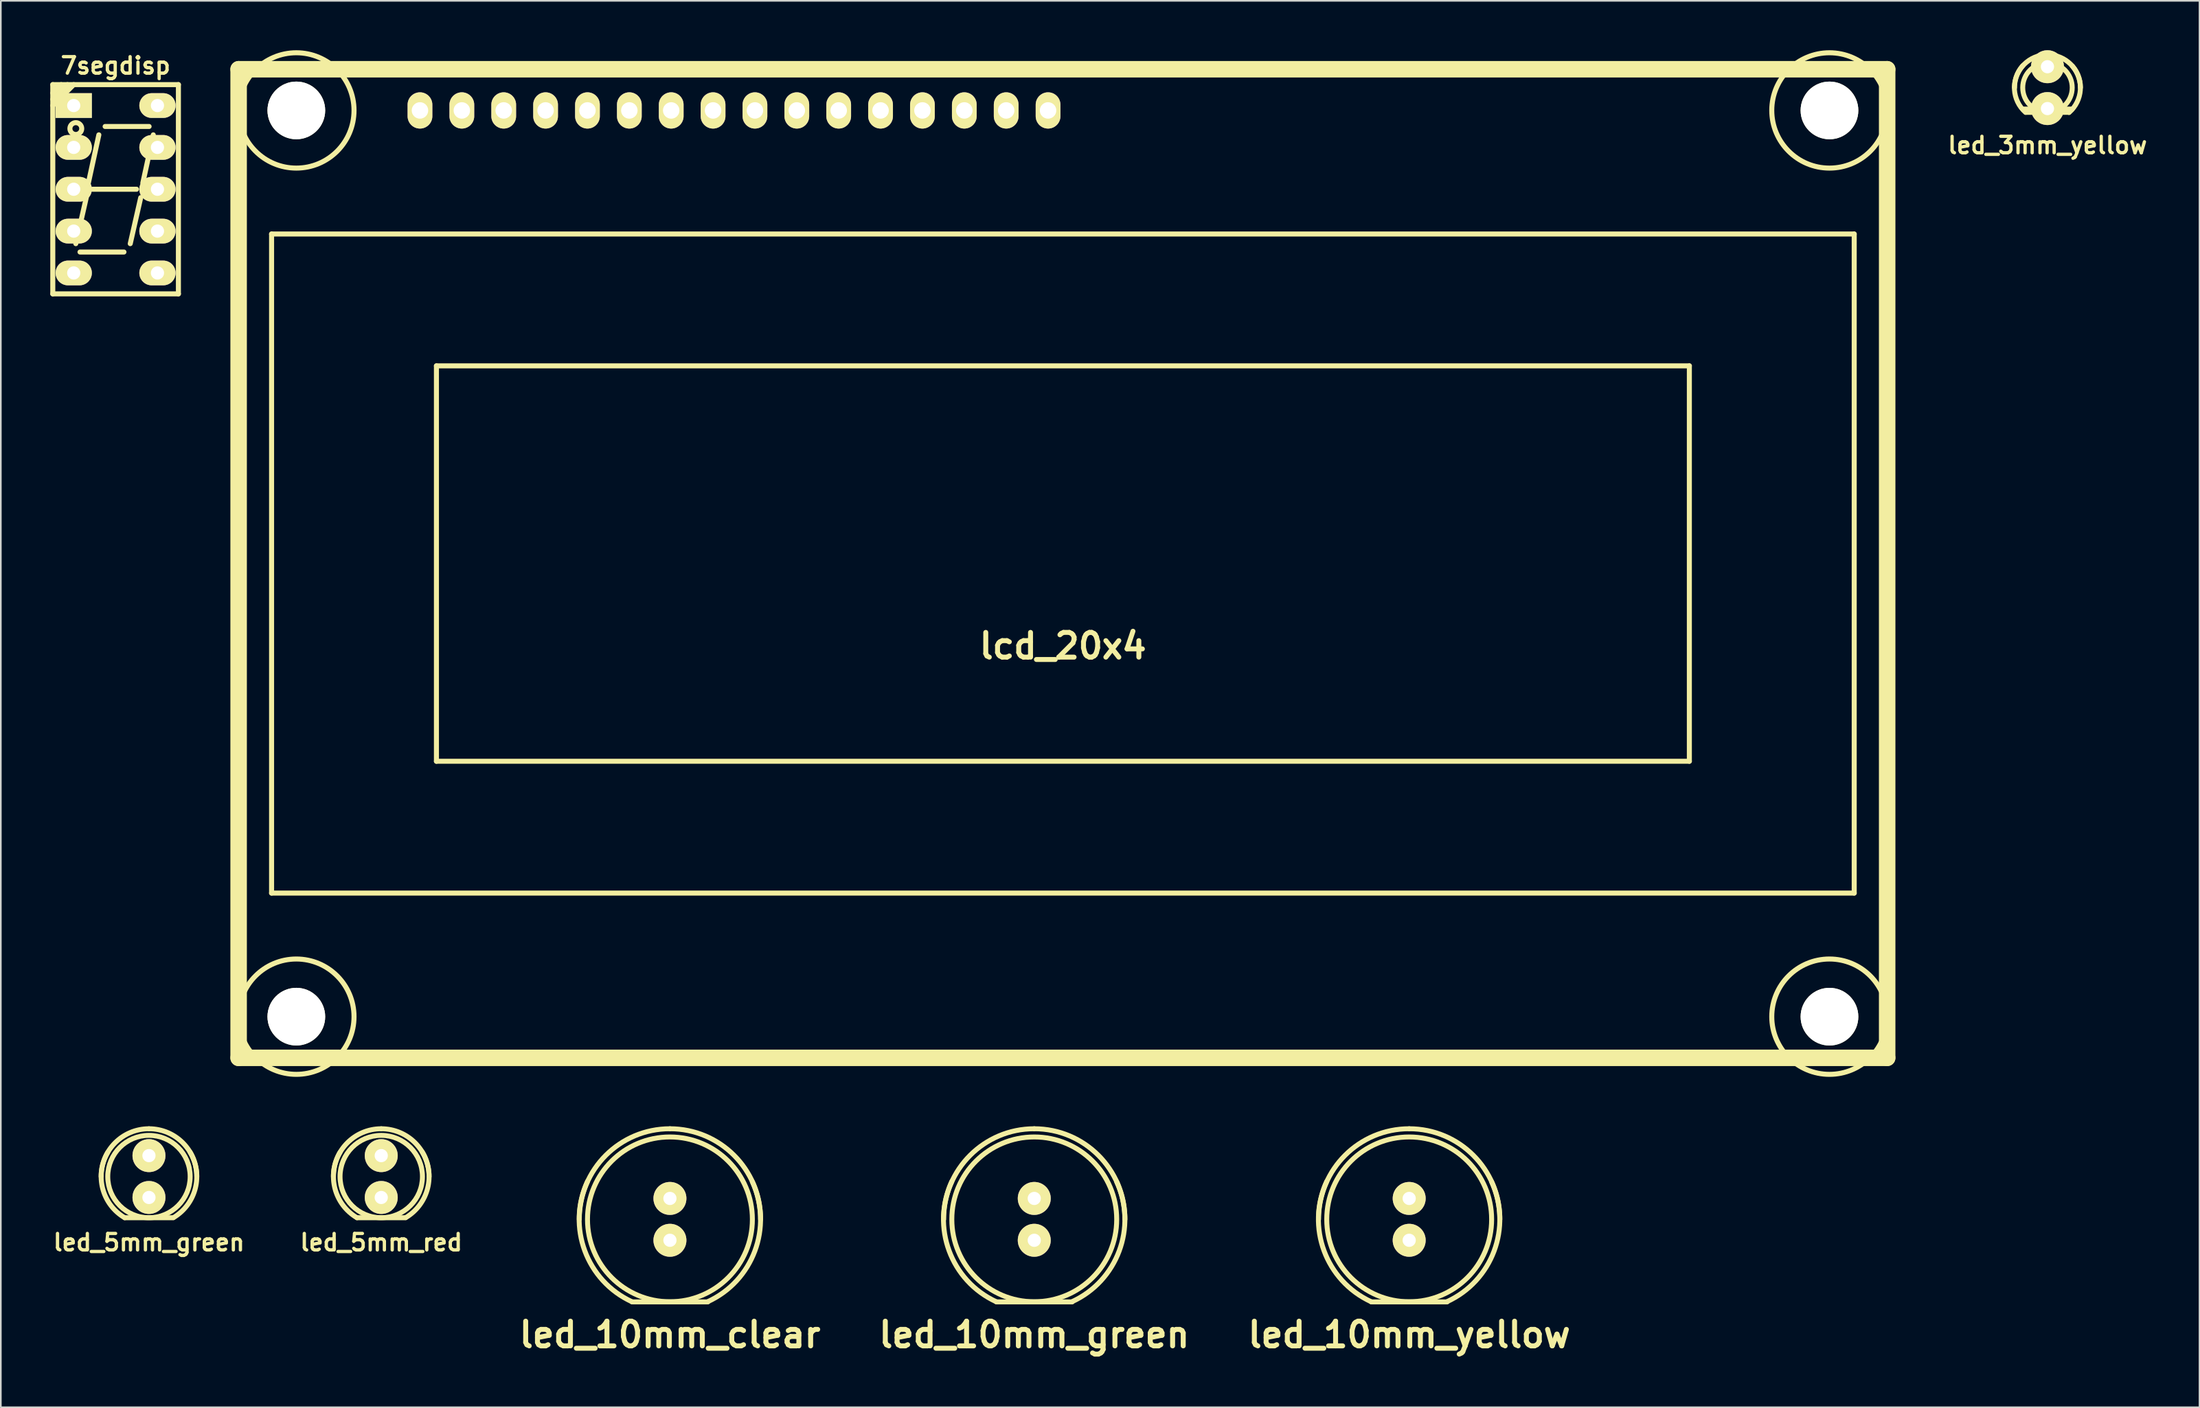
<source format=kicad_pcb>
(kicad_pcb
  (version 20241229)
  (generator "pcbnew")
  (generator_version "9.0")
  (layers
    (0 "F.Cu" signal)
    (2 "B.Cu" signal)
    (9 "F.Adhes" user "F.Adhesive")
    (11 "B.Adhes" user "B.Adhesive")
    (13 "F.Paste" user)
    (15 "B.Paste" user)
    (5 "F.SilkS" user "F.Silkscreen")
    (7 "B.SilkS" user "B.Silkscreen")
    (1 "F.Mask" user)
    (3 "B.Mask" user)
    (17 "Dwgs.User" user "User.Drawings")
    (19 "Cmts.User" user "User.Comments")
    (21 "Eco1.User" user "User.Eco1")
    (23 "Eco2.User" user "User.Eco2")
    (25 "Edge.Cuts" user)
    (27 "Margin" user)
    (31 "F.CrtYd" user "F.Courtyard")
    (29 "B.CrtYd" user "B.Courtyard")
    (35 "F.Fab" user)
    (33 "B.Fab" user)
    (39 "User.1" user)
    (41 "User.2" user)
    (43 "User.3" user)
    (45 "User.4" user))
  (footprint "led_10mm_green"
    (layer "F.Cu")
    (at 59.688 70.955)
    (property "Reference" "led_10mm_green" (at 0 7 0) (layer "F.SilkS") (effects (font (size 1.5 1.5) (thickness 0.3))))
    (attr through_hole)
    (fp_line (start -2.301 5.009) (end 2.301 5.009) (stroke (width 0.3) (type solid)) (layer "F.SilkS"))
    (fp_arc (start -5.4991 0) (mid -3.888451 -3.888451) (end 0 -5.4991) (stroke (width 0.29972) (type solid)) (layer "F.SilkS"))
    (fp_arc (start -2.30124 5.00126) (mid -5.163647 1.909202) (end -5.00126 -2.30124) (stroke (width 0.29972) (type solid)) (layer "F.SilkS"))
    (fp_arc (start 0 -5.4991) (mid 3.888451 -3.888451) (end 5.4991 0) (stroke (width 0.29972) (type solid)) (layer "F.SilkS"))
    (fp_arc (start 5.00126 -2.28092) (mid 5.149279 1.923571) (end 2.28092 5.00126) (stroke (width 0.29972) (type solid)) (layer "F.SilkS"))
    (fp_circle (center 0 0) (end -5.001 0) (stroke (width 0.3) (type solid)) (fill no) (layer "F.SilkS"))
    (pad "1" thru_hole circle (at 0 -1.27) (size 1.999 1.999) (drill 0.8) (layers "*.Cu" "*.Mask" "F.SilkS"))
    (pad "2" thru_hole circle (at 0 1.27) (size 1.999 1.999) (drill 0.8) (layers "*.Cu" "*.Mask" "F.SilkS")))
  (footprint "led_5mm_green"
    (layer "F.Cu")
    (at 5.986 68.357)
    (property "Reference" "led_5mm_green" (at 0 4 0) (layer "F.SilkS") (effects (font (size 1 1) (thickness 0.2))))
    (attr through_hole)
    (fp_line (start -1.471 2.499) (end 1.471 2.499) (stroke (width 0.3) (type solid)) (layer "F.SilkS"))
    (fp_arc (start -2.90068 0) (mid -2.05109 -2.05109) (end 0 -2.90068) (stroke (width 0.29972) (type solid)) (layer "F.SilkS"))
    (fp_arc (start -1.47066 2.49936) (mid -2.807228 0.727401) (end -2.49936 -1.47066) (stroke (width 0.29972) (type solid)) (layer "F.SilkS"))
    (fp_arc (start 0 -2.90068) (mid 2.05109 -2.05109) (end 2.90068 0) (stroke (width 0.29972) (type solid)) (layer "F.SilkS"))
    (fp_arc (start 2.4892 -1.49098) (mid 2.814412 0.705848) (end 1.49098 2.4892) (stroke (width 0.29972) (type solid)) (layer "F.SilkS"))
    (fp_circle (center 0 0) (end -2.499 0) (stroke (width 0.3) (type solid)) (fill no) (layer "F.SilkS"))
    (pad "1" thru_hole circle (at 0 -1.27) (size 1.999 1.999) (drill 0.8) (layers "*.Cu" "*.Mask" "F.SilkS"))
    (pad "2" thru_hole circle (at 0 1.27) (size 1.999 1.999) (drill 0.8) (layers "*.Cu" "*.Mask" "F.SilkS")))
  (footprint "7segdisp"
    (layer "F.Cu")
    (at 3.962 8.436)
    (property "Reference" "7segdisp" (at 0 -7.5 0) (layer "F.SilkS") (effects (font (size 1 1) (thickness 0.2))))
    (attr through_hole)
    (fp_line (start -3.81 -6.35) (end -3.81 6.35) (stroke (width 0.305) (type solid)) (layer "F.SilkS"))
    (fp_line (start -3.81 -5.842) (end -3.302 -6.35) (stroke (width 0.305) (type solid)) (layer "F.SilkS"))
    (fp_line (start -3.81 -5.461) (end -2.921 -6.35) (stroke (width 0.305) (type solid)) (layer "F.SilkS"))
    (fp_line (start -3.81 -5.08) (end -2.54 -6.35) (stroke (width 0.305) (type solid)) (layer "F.SilkS"))
    (fp_line (start -3.81 6.35) (end 3.81 6.35) (stroke (width 0.305) (type solid)) (layer "F.SilkS"))
    (fp_line (start -2.413 3.302) (end -1.778 0.508) (stroke (width 0.305) (type solid)) (layer "F.SilkS"))
    (fp_line (start -2.159 3.81) (end 0.508 3.81) (stroke (width 0.305) (type solid)) (layer "F.SilkS"))
    (fp_line (start -1.651 -0.381) (end -1.016 -3.302) (stroke (width 0.305) (type solid)) (layer "F.SilkS"))
    (fp_line (start -1.397 0) (end 1.27 0) (stroke (width 0.305) (type solid)) (layer "F.SilkS"))
    (fp_line (start -0.635 -3.81) (end 2.032 -3.81) (stroke (width 0.305) (type solid)) (layer "F.SilkS"))
    (fp_line (start 0.889 3.302) (end 1.524 0.508) (stroke (width 0.305) (type solid)) (layer "F.SilkS"))
    (fp_line (start 1.651 -0.381) (end 2.286 -3.302) (stroke (width 0.305) (type solid)) (layer "F.SilkS"))
    (fp_line (start 3.81 -6.35) (end -3.81 -6.35) (stroke (width 0.305) (type solid)) (layer "F.SilkS"))
    (fp_line (start 3.81 6.35) (end 3.81 -6.35) (stroke (width 0.305) (type solid)) (layer "F.SilkS"))
    (fp_circle (center -2.413 -3.683) (end -2.159 -3.429) (stroke (width 0.305) (type solid)) (fill no) (layer "F.SilkS"))
    (pad "1" thru_hole rect (at -2.54 -5.08) (size 2.2 1.501) (drill 0.8) (layers "*.Cu" "*.Mask" "F.SilkS"))
    (pad "2" thru_hole oval (at -2.54 -2.54) (size 2.2 1.501) (drill 0.8) (layers "*.Cu" "*.Mask" "F.SilkS"))
    (pad "3" thru_hole oval (at -2.54 0) (size 2.2 1.501) (drill 0.8) (layers "*.Cu" "*.Mask" "F.SilkS"))
    (pad "4" thru_hole oval (at -2.54 2.54) (size 2.2 1.501) (drill 0.8) (layers "*.Cu" "*.Mask" "F.SilkS"))
    (pad "5" thru_hole oval (at -2.54 5.08) (size 2.2 1.501) (drill 0.8) (layers "*.Cu" "*.Mask" "F.SilkS"))
    (pad "6" thru_hole oval (at 2.54 5.08) (size 2.2 1.501) (drill 0.8) (layers "*.Cu" "*.Mask" "F.SilkS"))
    (pad "7" thru_hole oval (at 2.54 2.54) (size 2.2 1.501) (drill 0.8) (layers "*.Cu" "*.Mask" "F.SilkS"))
    (pad "8" thru_hole oval (at 2.54 0) (size 2.2 1.501) (drill 0.8) (layers "*.Cu" "*.Mask" "F.SilkS"))
    (pad "9" thru_hole oval (at 2.54 -2.54) (size 2.2 1.501) (drill 0.8) (layers "*.Cu" "*.Mask" "F.SilkS"))
    (pad "10" thru_hole oval (at 2.54 -5.08) (size 2.2 1.501) (drill 0.8) (layers "*.Cu" "*.Mask" "F.SilkS")))
  (footprint "led_10mm_clear"
    (layer "F.Cu")
    (at 37.588 70.955)
    (property "Reference" "led_10mm_clear" (at 0 7 0) (layer "F.SilkS") (effects (font (size 1.5 1.5) (thickness 0.3))))
    (attr through_hole)
    (fp_line (start -2.301 5.009) (end 2.301 5.009) (stroke (width 0.3) (type solid)) (layer "F.SilkS"))
    (fp_arc (start -5.4991 0) (mid -3.888451 -3.888451) (end 0 -5.4991) (stroke (width 0.29972) (type solid)) (layer "F.SilkS"))
    (fp_arc (start -2.30124 5.00126) (mid -5.163647 1.909202) (end -5.00126 -2.30124) (stroke (width 0.29972) (type solid)) (layer "F.SilkS"))
    (fp_arc (start 0 -5.4991) (mid 3.888451 -3.888451) (end 5.4991 0) (stroke (width 0.29972) (type solid)) (layer "F.SilkS"))
    (fp_arc (start 5.00126 -2.28092) (mid 5.149279 1.923571) (end 2.28092 5.00126) (stroke (width 0.29972) (type solid)) (layer "F.SilkS"))
    (fp_circle (center 0 0) (end -5.001 0) (stroke (width 0.3) (type solid)) (fill no) (layer "F.SilkS"))
    (pad "1" thru_hole circle (at 0 -1.27) (size 1.999 1.999) (drill 0.8) (layers "*.Cu" "*.Mask" "F.SilkS"))
    (pad "2" thru_hole circle (at 0 1.27) (size 1.999 1.999) (drill 0.8) (layers "*.Cu" "*.Mask" "F.SilkS")))
  (footprint "lcd_20x4"
    (layer "F.Cu")
    (at 61.425 31.153)
    (property "Reference" "lcd_20x4" (at 0 5.001 0) (layer "F.SilkS") (effects (font (size 1.5 1.5) (thickness 0.3))))
    (attr through_hole)
    (fp_line (start -50 -30) (end 50 -30) (stroke (width 1.001) (type solid)) (layer "F.SilkS"))
    (fp_line (start -50 30) (end -50 -30) (stroke (width 1.001) (type solid)) (layer "F.SilkS"))
    (fp_line (start -48.001 -20) (end 48.001 -20) (stroke (width 0.305) (type solid)) (layer "F.SilkS"))
    (fp_line (start -48.001 20) (end -48.001 -20) (stroke (width 0.305) (type solid)) (layer "F.SilkS"))
    (fp_line (start -38.001 -11.999) (end -38.001 11.999) (stroke (width 0.305) (type solid)) (layer "F.SilkS"))
    (fp_line (start -38.001 11.999) (end 38.001 11.999) (stroke (width 0.305) (type solid)) (layer "F.SilkS"))
    (fp_line (start 38.001 -11.999) (end -38.001 -11.999) (stroke (width 0.305) (type solid)) (layer "F.SilkS"))
    (fp_line (start 38.001 11.999) (end 38.001 -11.999) (stroke (width 0.305) (type solid)) (layer "F.SilkS"))
    (fp_line (start 48.001 -20) (end 48.001 20) (stroke (width 0.305) (type solid)) (layer "F.SilkS"))
    (fp_line (start 48.001 20) (end -48.001 20) (stroke (width 0.305) (type solid)) (layer "F.SilkS"))
    (fp_line (start 50 -30) (end 50 30) (stroke (width 1.001) (type solid)) (layer "F.SilkS"))
    (fp_line (start 50 30) (end -50 30) (stroke (width 1.001) (type solid)) (layer "F.SilkS"))
    (fp_circle (center -46.5 -27.501) (end -50 -27.501) (stroke (width 0.305) (type solid)) (fill no) (layer "F.SilkS"))
    (fp_circle (center -46.5 27.501) (end -50 27.501) (stroke (width 0.305) (type solid)) (fill no) (layer "F.SilkS"))
    (fp_circle (center 46.5 -27.501) (end 50 -27.501) (stroke (width 0.305) (type solid)) (fill no) (layer "F.SilkS"))
    (fp_circle (center 46.5 27.501) (end 50 27.501) (stroke (width 0.305) (type solid)) (fill no) (layer "F.SilkS"))
    (pad "" np_thru_hole circle (at -46.5 27.5) (size 3.5 3.5) (drill 3.5) (layers "*.Cu" "*.Mask" "F.SilkS"))
    (pad "" np_thru_hole circle (at -46.5 -27.501) (size 3.5 3.5) (drill 3.5) (layers "*.Cu" "*.Mask" "F.SilkS"))
    (pad "" np_thru_hole circle (at 46.5 -27.501) (size 3.5 3.5) (drill 3.5) (layers "*.Cu" "*.Mask" "F.SilkS"))
    (pad "" np_thru_hole circle (at 46.5 27.501) (size 3.5 3.5) (drill 3.5) (layers "*.Cu" "*.Mask" "F.SilkS"))
    (pad "1" thru_hole oval (at -39 -27.5) (size 1.5 2.2) (drill 1) (layers "*.Cu" "*.Mask" "F.SilkS"))
    (pad "2" thru_hole oval (at -36.46 -27.5) (size 1.5 2.2) (drill 1) (layers "*.Cu" "*.Mask" "F.SilkS"))
    (pad "3" thru_hole oval (at -33.92 -27.5) (size 1.5 2.2) (drill 1) (layers "*.Cu" "*.Mask" "F.SilkS"))
    (pad "4" thru_hole oval (at -31.38 -27.5) (size 1.5 2.2) (drill 1) (layers "*.Cu" "*.Mask" "F.SilkS"))
    (pad "5" thru_hole oval (at -28.84 -27.5) (size 1.5 2.2) (drill 1) (layers "*.Cu" "*.Mask" "F.SilkS"))
    (pad "6" thru_hole oval (at -26.3 -27.5) (size 1.5 2.2) (drill 1) (layers "*.Cu" "*.Mask" "F.SilkS"))
    (pad "7" thru_hole oval (at -23.76 -27.5) (size 1.5 2.2) (drill 1) (layers "*.Cu" "*.Mask" "F.SilkS"))
    (pad "8" thru_hole oval (at -21.22 -27.5) (size 1.5 2.2) (drill 1) (layers "*.Cu" "*.Mask" "F.SilkS"))
    (pad "9" thru_hole oval (at -18.68 -27.5) (size 1.5 2.2) (drill 1) (layers "*.Cu" "*.Mask" "F.SilkS"))
    (pad "10" thru_hole oval (at -16.14 -27.5) (size 1.5 2.2) (drill 1) (layers "*.Cu" "*.Mask" "F.SilkS"))
    (pad "11" thru_hole oval (at -13.6 -27.5) (size 1.5 2.2) (drill 1) (layers "*.Cu" "*.Mask" "F.SilkS"))
    (pad "12" thru_hole oval (at -11.06 -27.5) (size 1.5 2.2) (drill 1) (layers "*.Cu" "*.Mask" "F.SilkS"))
    (pad "13" thru_hole oval (at -8.52 -27.5) (size 1.5 2.2) (drill 1) (layers "*.Cu" "*.Mask" "F.SilkS"))
    (pad "14" thru_hole oval (at -5.98 -27.5) (size 1.5 2.2) (drill 1) (layers "*.Cu" "*.Mask" "F.SilkS"))
    (pad "15" thru_hole oval (at -3.44 -27.5) (size 1.5 2.2) (drill 1) (layers "*.Cu" "*.Mask" "F.SilkS"))
    (pad "16" thru_hole oval (at -0.9 -27.5) (size 1.5 2.2) (drill 1) (layers "*.Cu" "*.Mask" "F.SilkS")))
  (footprint "led_5mm_red"
    (layer "F.Cu")
    (at 20.076 68.357)
    (property "Reference" "led_5mm_red" (at 0 4 0) (layer "F.SilkS") (effects (font (size 1 1) (thickness 0.2))))
    (attr through_hole)
    (fp_line (start -1.471 2.499) (end 1.471 2.499) (stroke (width 0.3) (type solid)) (layer "F.SilkS"))
    (fp_arc (start -2.90068 0) (mid -2.05109 -2.05109) (end 0 -2.90068) (stroke (width 0.29972) (type solid)) (layer "F.SilkS"))
    (fp_arc (start -1.47066 2.49936) (mid -2.807228 0.727401) (end -2.49936 -1.47066) (stroke (width 0.29972) (type solid)) (layer "F.SilkS"))
    (fp_arc (start 0 -2.90068) (mid 2.05109 -2.05109) (end 2.90068 0) (stroke (width 0.29972) (type solid)) (layer "F.SilkS"))
    (fp_arc (start 2.4892 -1.49098) (mid 2.814412 0.705848) (end 1.49098 2.4892) (stroke (width 0.29972) (type solid)) (layer "F.SilkS"))
    (fp_circle (center 0 0) (end -2.499 0) (stroke (width 0.3) (type solid)) (fill no) (layer "F.SilkS"))
    (pad "1" thru_hole circle (at 0 -1.27) (size 1.999 1.999) (drill 0.8) (layers "*.Cu" "*.Mask" "F.SilkS"))
    (pad "2" thru_hole circle (at 0 1.27) (size 1.999 1.999) (drill 0.8) (layers "*.Cu" "*.Mask" "F.SilkS")))
  (footprint "led_3mm_yellow"
    (layer "F.Cu")
    (at 121.149 2.269)
    (property "Reference" "led_3mm_yellow" (at 0 3.5 0) (layer "F.SilkS") (effects (font (size 1 1) (thickness 0.2))))
    (attr through_hole)
    (fp_line (start -1.501 1.3) (end 1.501 1.3) (stroke (width 0.3) (type solid)) (layer "F.SilkS"))
    (fp_line (start -1.3 1.501) (end 1.3 1.501) (stroke (width 0.3) (type solid)) (layer "F.SilkS"))
    (fp_arc (start -1.99898 0) (mid -1.413492 -1.413492) (end 0 -1.99898) (stroke (width 0.29972) (type solid)) (layer "F.SilkS"))
    (fp_arc (start -1.33096 1.50114) (mid -2.002597 0.120335) (end -1.50114 -1.33096) (stroke (width 0.29972) (type solid)) (layer "F.SilkS"))
    (fp_arc (start 0 -1.99898) (mid 1.413492 -1.413492) (end 1.99898 0) (stroke (width 0.29972) (type solid)) (layer "F.SilkS"))
    (fp_arc (start 1.50876 -1.31064) (mid 1.993617 0.140092) (end 1.31064 1.50876) (stroke (width 0.29972) (type solid)) (layer "F.SilkS"))
    (fp_circle (center 0 0) (end -1.501 0) (stroke (width 0.3) (type solid)) (fill no) (layer "F.SilkS"))
    (pad "1" thru_hole circle (at 0 -1.27) (size 1.999 1.999) (drill 0.8) (layers "*.Cu" "*.Mask" "F.SilkS"))
    (pad "2" thru_hole circle (at 0 1.27) (size 1.999 1.999) (drill 0.8) (layers "*.Cu" "*.Mask" "F.SilkS")))
  (footprint "led_10mm_yellow"
    (layer "F.Cu")
    (at 82.431 70.955)
    (property "Reference" "led_10mm_yellow" (at 0 7 0) (layer "F.SilkS") (effects (font (size 1.5 1.5) (thickness 0.3))))
    (attr through_hole)
    (fp_line (start -2.301 5.009) (end 2.301 5.009) (stroke (width 0.3) (type solid)) (layer "F.SilkS"))
    (fp_arc (start -5.4991 0) (mid -3.888451 -3.888451) (end 0 -5.4991) (stroke (width 0.29972) (type solid)) (layer "F.SilkS"))
    (fp_arc (start -2.30124 5.00126) (mid -5.163647 1.909202) (end -5.00126 -2.30124) (stroke (width 0.29972) (type solid)) (layer "F.SilkS"))
    (fp_arc (start 0 -5.4991) (mid 3.888451 -3.888451) (end 5.4991 0) (stroke (width 0.29972) (type solid)) (layer "F.SilkS"))
    (fp_arc (start 5.00126 -2.28092) (mid 5.149279 1.923571) (end 2.28092 5.00126) (stroke (width 0.29972) (type solid)) (layer "F.SilkS"))
    (fp_circle (center 0 0) (end -5.001 0) (stroke (width 0.3) (type solid)) (fill no) (layer "F.SilkS"))
    (pad "1" thru_hole circle (at 0 -1.27) (size 1.999 1.999) (drill 0.8) (layers "*.Cu" "*.Mask" "F.SilkS"))
    (pad "2" thru_hole circle (at 0 1.27) (size 1.999 1.999) (drill 0.8) (layers "*.Cu" "*.Mask" "F.SilkS")))
  (gr_rect
    (start -3 -3)
    (end 130.373 82.359)
    (stroke (width 0.1) (type default))
    (fill no)
    (layer "Edge.Cuts")))
</source>
